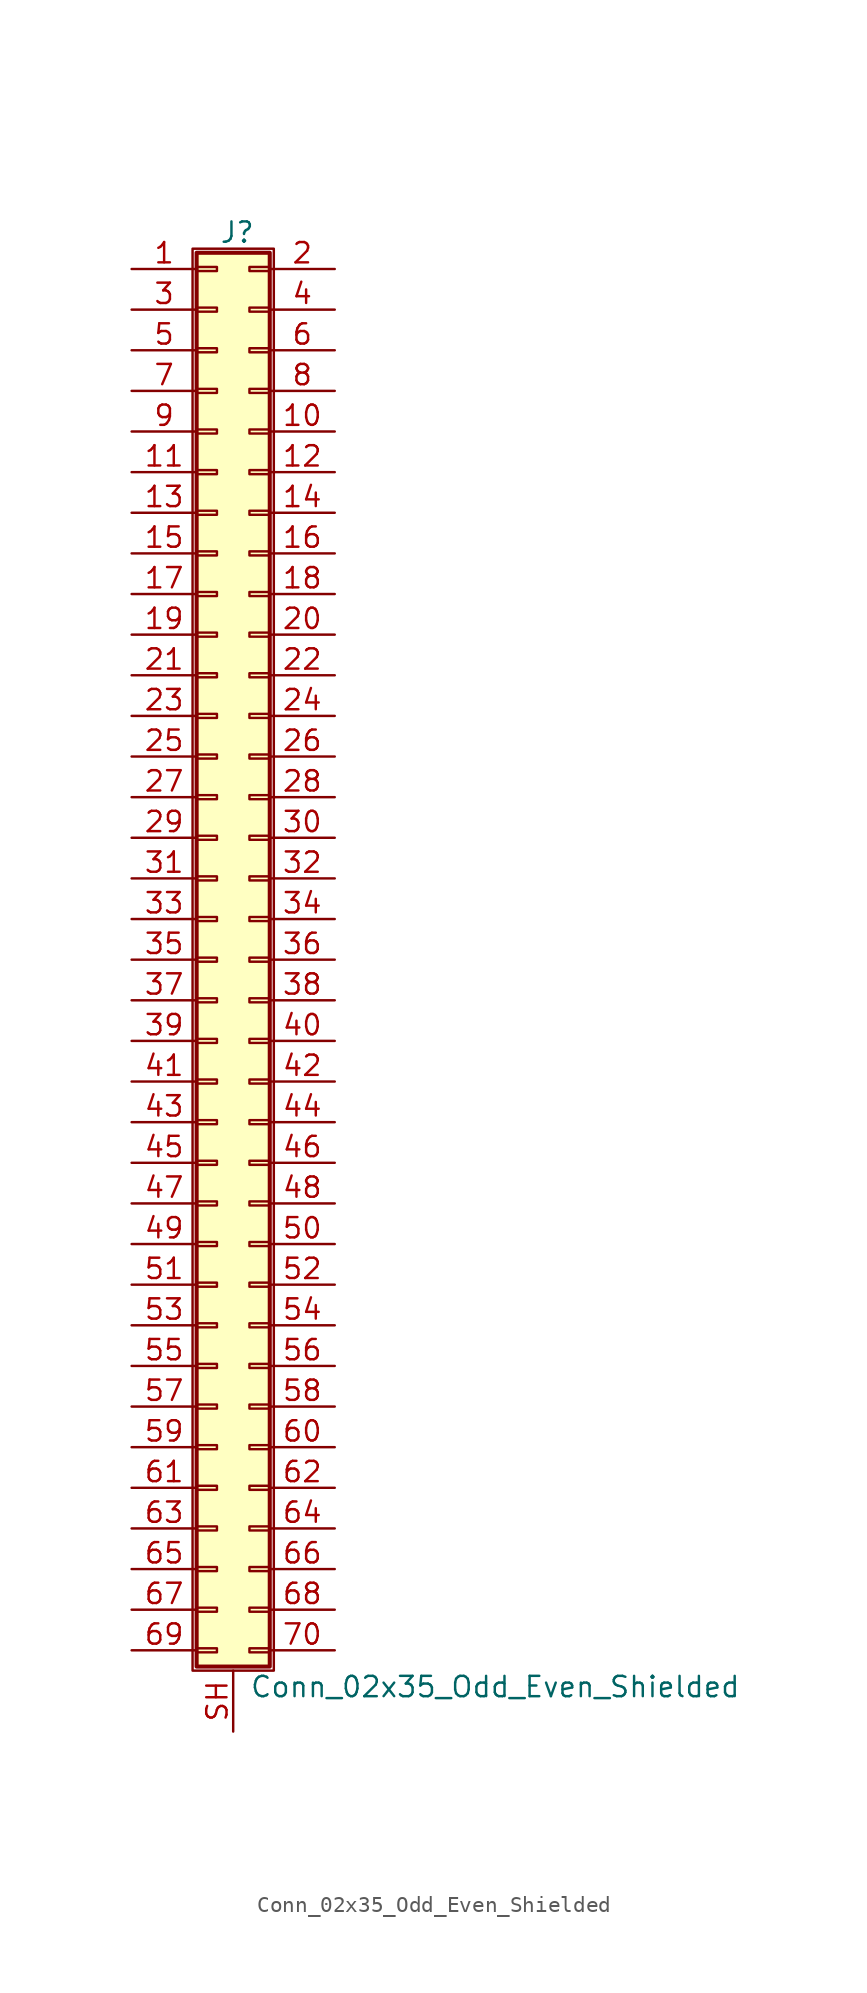
<source format=kicad_sym>
(kicad_symbol_lib
  (version 20201005)
  (generator kicad_symbol_editor)
  (symbol "Conn_02x35_Odd_Even_Shielded"
    (pin_names
      (offset 1.016) hide)
    (property "Reference" "J"
      (at 1.524 45.466 0)
      (effects (font (size 1.27 1.27))))
    (property "Value" "Conn_02x35_Odd_Even_Shielded"
      (at 2.286 -45.466 0)
      (effects (font (size 1.27 1.27)) (justify left)))
    (symbol "Conn_02x35_Odd_Even_Shielded_1_1"
      (rectangle (start -1.27 44.45) (end 3.81 -44.45) (stroke (width 0.152)) (fill (type none)))
      (rectangle (start -1.016 -43.053) (end 0.254 -43.307) (stroke (width 0.152)) (fill (type none)))
      (rectangle (start -1.016 -40.513) (end 0.254 -40.767) (stroke (width 0.152)) (fill (type none)))
      (rectangle (start -1.016 -37.973) (end 0.254 -38.227) (stroke (width 0.152)) (fill (type none)))
      (rectangle (start -1.016 -35.433) (end 0.254 -35.687) (stroke (width 0.152)) (fill (type none)))
      (rectangle (start -1.016 -32.893) (end 0.254 -33.147) (stroke (width 0.152)) (fill (type none)))
      (rectangle (start -1.016 -30.353) (end 0.254 -30.607) (stroke (width 0.152)) (fill (type none)))
      (rectangle (start -1.016 -27.813) (end 0.254 -28.067) (stroke (width 0.152)) (fill (type none)))
      (rectangle (start -1.016 -25.273) (end 0.254 -25.527) (stroke (width 0.152)) (fill (type none)))
      (rectangle (start -1.016 -22.733) (end 0.254 -22.987) (stroke (width 0.152)) (fill (type none)))
      (rectangle (start -1.016 -20.193) (end 0.254 -20.447) (stroke (width 0.152)) (fill (type none)))
      (rectangle (start -1.016 -17.653) (end 0.254 -17.907) (stroke (width 0.152)) (fill (type none)))
      (rectangle (start -1.016 -15.113) (end 0.254 -15.367) (stroke (width 0.152)) (fill (type none)))
      (rectangle (start -1.016 -12.573) (end 0.254 -12.827) (stroke (width 0.152)) (fill (type none)))
      (rectangle (start -1.016 -10.033) (end 0.254 -10.287) (stroke (width 0.152)) (fill (type none)))
      (rectangle (start -1.016 -7.493) (end 0.254 -7.747) (stroke (width 0.152)) (fill (type none)))
      (rectangle (start -1.016 -4.953) (end 0.254 -5.207) (stroke (width 0.152)) (fill (type none)))
      (rectangle (start -1.016 -2.413) (end 0.254 -2.667) (stroke (width 0.152)) (fill (type none)))
      (rectangle (start -1.016 0.127) (end 0.254 -0.127) (stroke (width 0.152)) (fill (type none)))
      (rectangle (start -1.016 2.667) (end 0.254 2.413) (stroke (width 0.152)) (fill (type none)))
      (rectangle (start -1.016 5.207) (end 0.254 4.953) (stroke (width 0.152)) (fill (type none)))
      (rectangle (start -1.016 7.747) (end 0.254 7.493) (stroke (width 0.152)) (fill (type none)))
      (rectangle (start -1.016 10.287) (end 0.254 10.033) (stroke (width 0.152)) (fill (type none)))
      (rectangle (start -1.016 12.827) (end 0.254 12.573) (stroke (width 0.152)) (fill (type none)))
      (rectangle (start -1.016 15.367) (end 0.254 15.113) (stroke (width 0.152)) (fill (type none)))
      (rectangle (start -1.016 17.907) (end 0.254 17.653) (stroke (width 0.152)) (fill (type none)))
      (rectangle (start -1.016 20.447) (end 0.254 20.193) (stroke (width 0.152)) (fill (type none)))
      (rectangle (start -1.016 22.987) (end 0.254 22.733) (stroke (width 0.152)) (fill (type none)))
      (rectangle (start -1.016 25.527) (end 0.254 25.273) (stroke (width 0.152)) (fill (type none)))
      (rectangle (start -1.016 28.067) (end 0.254 27.813) (stroke (width 0.152)) (fill (type none)))
      (rectangle (start -1.016 30.607) (end 0.254 30.353) (stroke (width 0.152)) (fill (type none)))
      (rectangle (start -1.016 33.147) (end 0.254 32.893) (stroke (width 0.152)) (fill (type none)))
      (rectangle (start -1.016 35.687) (end 0.254 35.433) (stroke (width 0.152)) (fill (type none)))
      (rectangle (start -1.016 38.227) (end 0.254 37.973) (stroke (width 0.152)) (fill (type none)))
      (rectangle (start -1.016 40.767) (end 0.254 40.513) (stroke (width 0.152)) (fill (type none)))
      (rectangle (start -1.016 43.307) (end 0.254 43.053) (stroke (width 0.152)) (fill (type none)))
      (rectangle (start -1.016 44.196) (end 3.556 -44.196) (stroke (width 0.254)) (fill (type background)))
      (rectangle (start 3.556 -43.053) (end 2.286 -43.307) (stroke (width 0.152)) (fill (type none)))
      (rectangle (start 3.556 -40.513) (end 2.286 -40.767) (stroke (width 0.152)) (fill (type none)))
      (rectangle (start 3.556 -37.973) (end 2.286 -38.227) (stroke (width 0.152)) (fill (type none)))
      (rectangle (start 3.556 -35.433) (end 2.286 -35.687) (stroke (width 0.152)) (fill (type none)))
      (rectangle (start 3.556 -32.893) (end 2.286 -33.147) (stroke (width 0.152)) (fill (type none)))
      (rectangle (start 3.556 -30.353) (end 2.286 -30.607) (stroke (width 0.152)) (fill (type none)))
      (rectangle (start 3.556 -27.813) (end 2.286 -28.067) (stroke (width 0.152)) (fill (type none)))
      (rectangle (start 3.556 -25.273) (end 2.286 -25.527) (stroke (width 0.152)) (fill (type none)))
      (rectangle (start 3.556 -22.733) (end 2.286 -22.987) (stroke (width 0.152)) (fill (type none)))
      (rectangle (start 3.556 -20.193) (end 2.286 -20.447) (stroke (width 0.152)) (fill (type none)))
      (rectangle (start 3.556 -17.653) (end 2.286 -17.907) (stroke (width 0.152)) (fill (type none)))
      (rectangle (start 3.556 -15.113) (end 2.286 -15.367) (stroke (width 0.152)) (fill (type none)))
      (rectangle (start 3.556 -12.573) (end 2.286 -12.827) (stroke (width 0.152)) (fill (type none)))
      (rectangle (start 3.556 -10.033) (end 2.286 -10.287) (stroke (width 0.152)) (fill (type none)))
      (rectangle (start 3.556 -7.493) (end 2.286 -7.747) (stroke (width 0.152)) (fill (type none)))
      (rectangle (start 3.556 -4.953) (end 2.286 -5.207) (stroke (width 0.152)) (fill (type none)))
      (rectangle (start 3.556 -2.413) (end 2.286 -2.667) (stroke (width 0.152)) (fill (type none)))
      (rectangle (start 3.556 0.127) (end 2.286 -0.127) (stroke (width 0.152)) (fill (type none)))
      (rectangle (start 3.556 2.667) (end 2.286 2.413) (stroke (width 0.152)) (fill (type none)))
      (rectangle (start 3.556 5.207) (end 2.286 4.953) (stroke (width 0.152)) (fill (type none)))
      (rectangle (start 3.556 7.747) (end 2.286 7.493) (stroke (width 0.152)) (fill (type none)))
      (rectangle (start 3.556 10.287) (end 2.286 10.033) (stroke (width 0.152)) (fill (type none)))
      (rectangle (start 3.556 12.827) (end 2.286 12.573) (stroke (width 0.152)) (fill (type none)))
      (rectangle (start 3.556 15.367) (end 2.286 15.113) (stroke (width 0.152)) (fill (type none)))
      (rectangle (start 3.556 17.907) (end 2.286 17.653) (stroke (width 0.152)) (fill (type none)))
      (rectangle (start 3.556 20.447) (end 2.286 20.193) (stroke (width 0.152)) (fill (type none)))
      (rectangle (start 3.556 22.987) (end 2.286 22.733) (stroke (width 0.152)) (fill (type none)))
      (rectangle (start 3.556 25.527) (end 2.286 25.273) (stroke (width 0.152)) (fill (type none)))
      (rectangle (start 3.556 28.067) (end 2.286 27.813) (stroke (width 0.152)) (fill (type none)))
      (rectangle (start 3.556 30.607) (end 2.286 30.353) (stroke (width 0.152)) (fill (type none)))
      (rectangle (start 3.556 33.147) (end 2.286 32.893) (stroke (width 0.152)) (fill (type none)))
      (rectangle (start 3.556 35.687) (end 2.286 35.433) (stroke (width 0.152)) (fill (type none)))
      (rectangle (start 3.556 38.227) (end 2.286 37.973) (stroke (width 0.152)) (fill (type none)))
      (rectangle (start 3.556 40.767) (end 2.286 40.513) (stroke (width 0.152)) (fill (type none)))
      (rectangle (start 3.556 43.307) (end 2.286 43.053) (stroke (width 0.152)) (fill (type none)))
      (pin passive line (at -5.08 43.18 0) (length 4.064) (name "Pin_1" (effects (font (size 1.27 1.27)))) (number "1" (effects (font (size 1.27 1.27)))))
      (pin passive line (at 7.62 33.02 180) (length 4.064) (name "Pin_10" (effects (font (size 1.27 1.27)))) (number "10" (effects (font (size 1.27 1.27)))))
      (pin passive line (at -5.08 30.48 0) (length 4.064) (name "Pin_11" (effects (font (size 1.27 1.27)))) (number "11" (effects (font (size 1.27 1.27)))))
      (pin passive line (at 7.62 30.48 180) (length 4.064) (name "Pin_12" (effects (font (size 1.27 1.27)))) (number "12" (effects (font (size 1.27 1.27)))))
      (pin passive line (at -5.08 27.94 0) (length 4.064) (name "Pin_13" (effects (font (size 1.27 1.27)))) (number "13" (effects (font (size 1.27 1.27)))))
      (pin passive line (at 7.62 27.94 180) (length 4.064) (name "Pin_14" (effects (font (size 1.27 1.27)))) (number "14" (effects (font (size 1.27 1.27)))))
      (pin passive line (at -5.08 25.4 0) (length 4.064) (name "Pin_15" (effects (font (size 1.27 1.27)))) (number "15" (effects (font (size 1.27 1.27)))))
      (pin passive line (at 7.62 25.4 180) (length 4.064) (name "Pin_16" (effects (font (size 1.27 1.27)))) (number "16" (effects (font (size 1.27 1.27)))))
      (pin passive line (at -5.08 22.86 0) (length 4.064) (name "Pin_17" (effects (font (size 1.27 1.27)))) (number "17" (effects (font (size 1.27 1.27)))))
      (pin passive line (at 7.62 22.86 180) (length 4.064) (name "Pin_18" (effects (font (size 1.27 1.27)))) (number "18" (effects (font (size 1.27 1.27)))))
      (pin passive line (at -5.08 20.32 0) (length 4.064) (name "Pin_19" (effects (font (size 1.27 1.27)))) (number "19" (effects (font (size 1.27 1.27)))))
      (pin passive line (at 7.62 43.18 180) (length 4.064) (name "Pin_2" (effects (font (size 1.27 1.27)))) (number "2" (effects (font (size 1.27 1.27)))))
      (pin passive line (at 7.62 20.32 180) (length 4.064) (name "Pin_20" (effects (font (size 1.27 1.27)))) (number "20" (effects (font (size 1.27 1.27)))))
      (pin passive line (at -5.08 17.78 0) (length 4.064) (name "Pin_21" (effects (font (size 1.27 1.27)))) (number "21" (effects (font (size 1.27 1.27)))))
      (pin passive line (at 7.62 17.78 180) (length 4.064) (name "Pin_22" (effects (font (size 1.27 1.27)))) (number "22" (effects (font (size 1.27 1.27)))))
      (pin passive line (at -5.08 15.24 0) (length 4.064) (name "Pin_23" (effects (font (size 1.27 1.27)))) (number "23" (effects (font (size 1.27 1.27)))))
      (pin passive line (at 7.62 15.24 180) (length 4.064) (name "Pin_24" (effects (font (size 1.27 1.27)))) (number "24" (effects (font (size 1.27 1.27)))))
      (pin passive line (at -5.08 12.7 0) (length 4.064) (name "Pin_25" (effects (font (size 1.27 1.27)))) (number "25" (effects (font (size 1.27 1.27)))))
      (pin passive line (at 7.62 12.7 180) (length 4.064) (name "Pin_26" (effects (font (size 1.27 1.27)))) (number "26" (effects (font (size 1.27 1.27)))))
      (pin passive line (at -5.08 10.16 0) (length 4.064) (name "Pin_27" (effects (font (size 1.27 1.27)))) (number "27" (effects (font (size 1.27 1.27)))))
      (pin passive line (at 7.62 10.16 180) (length 4.064) (name "Pin_28" (effects (font (size 1.27 1.27)))) (number "28" (effects (font (size 1.27 1.27)))))
      (pin passive line (at -5.08 7.62 0) (length 4.064) (name "Pin_29" (effects (font (size 1.27 1.27)))) (number "29" (effects (font (size 1.27 1.27)))))
      (pin passive line (at -5.08 40.64 0) (length 4.064) (name "Pin_3" (effects (font (size 1.27 1.27)))) (number "3" (effects (font (size 1.27 1.27)))))
      (pin passive line (at 7.62 7.62 180) (length 4.064) (name "Pin_30" (effects (font (size 1.27 1.27)))) (number "30" (effects (font (size 1.27 1.27)))))
      (pin passive line (at -5.08 5.08 0) (length 4.064) (name "Pin_31" (effects (font (size 1.27 1.27)))) (number "31" (effects (font (size 1.27 1.27)))))
      (pin passive line (at 7.62 5.08 180) (length 4.064) (name "Pin_32" (effects (font (size 1.27 1.27)))) (number "32" (effects (font (size 1.27 1.27)))))
      (pin passive line (at -5.08 2.54 0) (length 4.064) (name "Pin_33" (effects (font (size 1.27 1.27)))) (number "33" (effects (font (size 1.27 1.27)))))
      (pin passive line (at 7.62 2.54 180) (length 4.064) (name "Pin_34" (effects (font (size 1.27 1.27)))) (number "34" (effects (font (size 1.27 1.27)))))
      (pin passive line (at -5.08 0 0) (length 4.064) (name "Pin_35" (effects (font (size 1.27 1.27)))) (number "35" (effects (font (size 1.27 1.27)))))
      (pin passive line (at 7.62 0 180) (length 4.064) (name "Pin_36" (effects (font (size 1.27 1.27)))) (number "36" (effects (font (size 1.27 1.27)))))
      (pin passive line (at -5.08 -2.54 0) (length 4.064) (name "Pin_37" (effects (font (size 1.27 1.27)))) (number "37" (effects (font (size 1.27 1.27)))))
      (pin passive line (at 7.62 -2.54 180) (length 4.064) (name "Pin_38" (effects (font (size 1.27 1.27)))) (number "38" (effects (font (size 1.27 1.27)))))
      (pin passive line (at -5.08 -5.08 0) (length 4.064) (name "Pin_39" (effects (font (size 1.27 1.27)))) (number "39" (effects (font (size 1.27 1.27)))))
      (pin passive line (at 7.62 40.64 180) (length 4.064) (name "Pin_4" (effects (font (size 1.27 1.27)))) (number "4" (effects (font (size 1.27 1.27)))))
      (pin passive line (at 7.62 -5.08 180) (length 4.064) (name "Pin_40" (effects (font (size 1.27 1.27)))) (number "40" (effects (font (size 1.27 1.27)))))
      (pin passive line (at -5.08 -7.62 0) (length 4.064) (name "Pin_41" (effects (font (size 1.27 1.27)))) (number "41" (effects (font (size 1.27 1.27)))))
      (pin passive line (at 7.62 -7.62 180) (length 4.064) (name "Pin_42" (effects (font (size 1.27 1.27)))) (number "42" (effects (font (size 1.27 1.27)))))
      (pin passive line (at -5.08 -10.16 0) (length 4.064) (name "Pin_43" (effects (font (size 1.27 1.27)))) (number "43" (effects (font (size 1.27 1.27)))))
      (pin passive line (at 7.62 -10.16 180) (length 4.064) (name "Pin_44" (effects (font (size 1.27 1.27)))) (number "44" (effects (font (size 1.27 1.27)))))
      (pin passive line (at -5.08 -12.7 0) (length 4.064) (name "Pin_45" (effects (font (size 1.27 1.27)))) (number "45" (effects (font (size 1.27 1.27)))))
      (pin passive line (at 7.62 -12.7 180) (length 4.064) (name "Pin_46" (effects (font (size 1.27 1.27)))) (number "46" (effects (font (size 1.27 1.27)))))
      (pin passive line (at -5.08 -15.24 0) (length 4.064) (name "Pin_47" (effects (font (size 1.27 1.27)))) (number "47" (effects (font (size 1.27 1.27)))))
      (pin passive line (at 7.62 -15.24 180) (length 4.064) (name "Pin_48" (effects (font (size 1.27 1.27)))) (number "48" (effects (font (size 1.27 1.27)))))
      (pin passive line (at -5.08 -17.78 0) (length 4.064) (name "Pin_49" (effects (font (size 1.27 1.27)))) (number "49" (effects (font (size 1.27 1.27)))))
      (pin passive line (at -5.08 38.1 0) (length 4.064) (name "Pin_5" (effects (font (size 1.27 1.27)))) (number "5" (effects (font (size 1.27 1.27)))))
      (pin passive line (at 7.62 -17.78 180) (length 4.064) (name "Pin_50" (effects (font (size 1.27 1.27)))) (number "50" (effects (font (size 1.27 1.27)))))
      (pin passive line (at -5.08 -20.32 0) (length 4.064) (name "Pin_51" (effects (font (size 1.27 1.27)))) (number "51" (effects (font (size 1.27 1.27)))))
      (pin passive line (at 7.62 -20.32 180) (length 4.064) (name "Pin_52" (effects (font (size 1.27 1.27)))) (number "52" (effects (font (size 1.27 1.27)))))
      (pin passive line (at -5.08 -22.86 0) (length 4.064) (name "Pin_53" (effects (font (size 1.27 1.27)))) (number "53" (effects (font (size 1.27 1.27)))))
      (pin passive line (at 7.62 -22.86 180) (length 4.064) (name "Pin_54" (effects (font (size 1.27 1.27)))) (number "54" (effects (font (size 1.27 1.27)))))
      (pin passive line (at -5.08 -25.4 0) (length 4.064) (name "Pin_55" (effects (font (size 1.27 1.27)))) (number "55" (effects (font (size 1.27 1.27)))))
      (pin passive line (at 7.62 -25.4 180) (length 4.064) (name "Pin_56" (effects (font (size 1.27 1.27)))) (number "56" (effects (font (size 1.27 1.27)))))
      (pin passive line (at -5.08 -27.94 0) (length 4.064) (name "Pin_57" (effects (font (size 1.27 1.27)))) (number "57" (effects (font (size 1.27 1.27)))))
      (pin passive line (at 7.62 -27.94 180) (length 4.064) (name "Pin_58" (effects (font (size 1.27 1.27)))) (number "58" (effects (font (size 1.27 1.27)))))
      (pin passive line (at -5.08 -30.48 0) (length 4.064) (name "Pin_59" (effects (font (size 1.27 1.27)))) (number "59" (effects (font (size 1.27 1.27)))))
      (pin passive line (at 7.62 38.1 180) (length 4.064) (name "Pin_6" (effects (font (size 1.27 1.27)))) (number "6" (effects (font (size 1.27 1.27)))))
      (pin passive line (at 7.62 -30.48 180) (length 4.064) (name "Pin_60" (effects (font (size 1.27 1.27)))) (number "60" (effects (font (size 1.27 1.27)))))
      (pin passive line (at -5.08 -33.02 0) (length 4.064) (name "Pin_61" (effects (font (size 1.27 1.27)))) (number "61" (effects (font (size 1.27 1.27)))))
      (pin passive line (at 7.62 -33.02 180) (length 4.064) (name "Pin_62" (effects (font (size 1.27 1.27)))) (number "62" (effects (font (size 1.27 1.27)))))
      (pin passive line (at -5.08 -35.56 0) (length 4.064) (name "Pin_63" (effects (font (size 1.27 1.27)))) (number "63" (effects (font (size 1.27 1.27)))))
      (pin passive line (at 7.62 -35.56 180) (length 4.064) (name "Pin_64" (effects (font (size 1.27 1.27)))) (number "64" (effects (font (size 1.27 1.27)))))
      (pin passive line (at -5.08 -38.1 0) (length 4.064) (name "Pin_65" (effects (font (size 1.27 1.27)))) (number "65" (effects (font (size 1.27 1.27)))))
      (pin passive line (at 7.62 -38.1 180) (length 4.064) (name "Pin_66" (effects (font (size 1.27 1.27)))) (number "66" (effects (font (size 1.27 1.27)))))
      (pin passive line (at -5.08 -40.64 0) (length 4.064) (name "Pin_67" (effects (font (size 1.27 1.27)))) (number "67" (effects (font (size 1.27 1.27)))))
      (pin passive line (at 7.62 -40.64 180) (length 4.064) (name "Pin_68" (effects (font (size 1.27 1.27)))) (number "68" (effects (font (size 1.27 1.27)))))
      (pin passive line (at -5.08 -43.18 0) (length 4.064) (name "Pin_69" (effects (font (size 1.27 1.27)))) (number "69" (effects (font (size 1.27 1.27)))))
      (pin passive line (at -5.08 35.56 0) (length 4.064) (name "Pin_7" (effects (font (size 1.27 1.27)))) (number "7" (effects (font (size 1.27 1.27)))))
      (pin passive line (at 7.62 -43.18 180) (length 4.064) (name "Pin_70" (effects (font (size 1.27 1.27)))) (number "70" (effects (font (size 1.27 1.27)))))
      (pin passive line (at 7.62 35.56 180) (length 4.064) (name "Pin_8" (effects (font (size 1.27 1.27)))) (number "8" (effects (font (size 1.27 1.27)))))
      (pin passive line (at -5.08 33.02 0) (length 4.064) (name "Pin_9" (effects (font (size 1.27 1.27)))) (number "9" (effects (font (size 1.27 1.27)))))
      (pin passive line (at 1.27 -48.26 90) (length 3.81) (name "Shield" (effects (font (size 1.27 1.27)))) (number "SH" (effects (font (size 1.27 1.27))))))))
</source>
